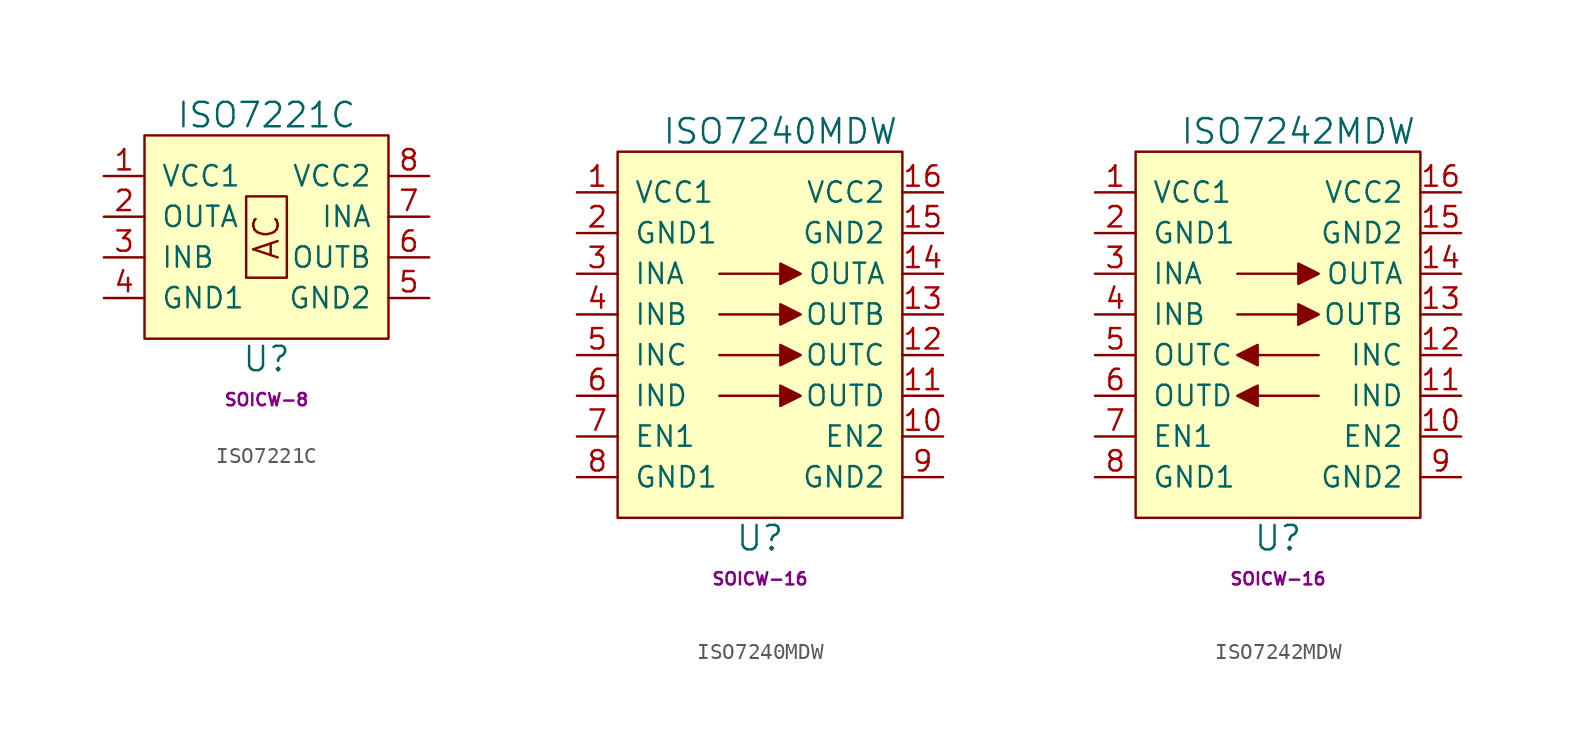
<source format=kicad_sym>
(kicad_symbol_lib
  (version 20220914)
  (generator kicad_symbol_editor)
  (symbol "ISO7221C"
    (pin_names
      (offset 1.016))
    (property "Reference" "U"
      (at 0 -7.62 0)
      (effects (font (size 1.524 1.524))))
    (property "Value" "ISO7221C"
      (at 0 7.62 0)
      (effects (font (size 1.524 1.524))))
    (property "Footprint" "SOICW-8"
      (at 0 -10.16 0)
      (effects (font (size 0.762 0.762))))
    (property "Datasheet" ""
      (at 0 0 0)
      (effects (font (size 1.524 1.524))))
    (symbol "ISO7221C_0_0"
      (text "AC" (at 0 0 900) (effects (font (size 1.524 1.524)))))
    (symbol "ISO7221C_0_1"
      (rectangle (start -7.62 6.35) (end 7.62 -6.35) (stroke (width 0) (type default)) (fill (type background)))
      (rectangle (start -1.27 2.54) (end 1.27 -2.54) (stroke (width 0) (type default)) (fill (type none))))
    (symbol "ISO7221C_1_1"
      (pin bidirectional line (at -10.16 3.81 0) (length 2.54) (name "VCC1" (effects (font (size 1.27 1.27)))) (number "1" (effects (font (size 1.27 1.27)))))
      (pin bidirectional line (at -10.16 1.27 0) (length 2.54) (name "OUTA" (effects (font (size 1.27 1.27)))) (number "2" (effects (font (size 1.27 1.27)))))
      (pin bidirectional line (at -10.16 -1.27 0) (length 2.54) (name "INB" (effects (font (size 1.27 1.27)))) (number "3" (effects (font (size 1.27 1.27)))))
      (pin bidirectional line (at -10.16 -3.81 0) (length 2.54) (name "GND1" (effects (font (size 1.27 1.27)))) (number "4" (effects (font (size 1.27 1.27)))))
      (pin bidirectional line (at 10.16 -3.81 180) (length 2.54) (name "GND2" (effects (font (size 1.27 1.27)))) (number "5" (effects (font (size 1.27 1.27)))))
      (pin bidirectional line (at 10.16 -1.27 180) (length 2.54) (name "OUTB" (effects (font (size 1.27 1.27)))) (number "6" (effects (font (size 1.27 1.27)))))
      (pin bidirectional line (at 10.16 1.27 180) (length 2.54) (name "INA" (effects (font (size 1.27 1.27)))) (number "7" (effects (font (size 1.27 1.27)))))
      (pin bidirectional line (at 10.16 3.81 180) (length 2.54) (name "VCC2" (effects (font (size 1.27 1.27)))) (number "8" (effects (font (size 1.27 1.27)))))))
  (symbol "ISO7240MDW"
    (pin_names
      (offset 1.016))
    (property "Reference" "U"
      (at 0 -12.7 0)
      (effects (font (size 1.524 1.524))))
    (property "Value" "ISO7240MDW"
      (at 1.27 12.7 0)
      (effects (font (size 1.524 1.524))))
    (property "Footprint" "SOICW-16"
      (at 0 -15.24 0)
      (effects (font (size 0.762 0.762))))
    (property "Datasheet" ""
      (at 0 0 0)
      (effects (font (size 1.524 1.524))))
    (symbol "ISO7240MDW_0_1"
      (polyline (pts (xy 1.27 -3.81) (xy -2.54 -3.81) (xy -2.54 -3.81)) (stroke (width 0) (type default)) (fill (type none)))
      (polyline (pts (xy 1.27 -1.27) (xy -2.54 -1.27) (xy -2.54 -1.27)) (stroke (width 0) (type default)) (fill (type none)))
      (polyline (pts (xy 1.27 1.27) (xy -2.54 1.27) (xy -2.54 1.27)) (stroke (width 0) (type default)) (fill (type none)))
      (polyline (pts (xy 1.27 3.81) (xy -2.54 3.81) (xy -2.54 3.81)) (stroke (width 0) (type default)) (fill (type none)))
      (polyline (pts (xy 1.27 3.175) (xy 1.27 3.175) (xy 1.27 3.175) (xy 1.27 3.175)) (stroke (width 0) (type default)) (fill (type none)))
      (polyline (pts (xy 2.54 -1.27) (xy 1.27 -0.635) (xy 1.27 -1.905) (xy 2.54 -1.27) (xy 2.54 -1.27)) (stroke (width 0) (type default)) (fill (type outline)))
      (polyline (pts (xy 2.54 3.81) (xy 1.27 4.445) (xy 1.27 3.175) (xy 2.54 3.81) (xy 2.54 3.81)) (stroke (width 0) (type default)) (fill (type outline)))
      (polyline (pts (xy 1.27 -3.81) (xy 1.27 -3.175) (xy 2.54 -3.81) (xy 1.27 -4.445) (xy 1.27 -3.81) (xy 1.27 -3.81)) (stroke (width 0) (type default)) (fill (type outline)))
      (polyline (pts (xy 1.27 1.27) (xy 1.27 1.905) (xy 2.54 1.27) (xy 1.27 0.635) (xy 1.27 1.27) (xy 1.27 1.27)) (stroke (width 0) (type default)) (fill (type outline)))
      (polyline (pts (xy -8.89 11.43) (xy -8.89 -11.43) (xy 8.89 -11.43) (xy 8.89 11.43) (xy -8.89 11.43) (xy -8.89 11.43) (xy -8.89 11.43)) (stroke (width 0) (type default)) (fill (type background))))
    (symbol "ISO7240MDW_1_1"
      (pin bidirectional line (at -11.43 8.89 0) (length 2.54) (name "VCC1" (effects (font (size 1.27 1.27)))) (number "1" (effects (font (size 1.27 1.27)))))
      (pin bidirectional line (at 11.43 -6.35 180) (length 2.54) (name "EN2" (effects (font (size 1.27 1.27)))) (number "10" (effects (font (size 1.27 1.27)))))
      (pin bidirectional line (at 11.43 -3.81 180) (length 2.54) (name "OUTD" (effects (font (size 1.27 1.27)))) (number "11" (effects (font (size 1.27 1.27)))))
      (pin bidirectional line (at 11.43 -1.27 180) (length 2.54) (name "OUTC" (effects (font (size 1.27 1.27)))) (number "12" (effects (font (size 1.27 1.27)))))
      (pin bidirectional line (at 11.43 1.27 180) (length 2.54) (name "OUTB" (effects (font (size 1.27 1.27)))) (number "13" (effects (font (size 1.27 1.27)))))
      (pin bidirectional line (at 11.43 3.81 180) (length 2.54) (name "OUTA" (effects (font (size 1.27 1.27)))) (number "14" (effects (font (size 1.27 1.27)))))
      (pin bidirectional line (at 11.43 6.35 180) (length 2.54) (name "GND2" (effects (font (size 1.27 1.27)))) (number "15" (effects (font (size 1.27 1.27)))))
      (pin bidirectional line (at 11.43 8.89 180) (length 2.54) (name "VCC2" (effects (font (size 1.27 1.27)))) (number "16" (effects (font (size 1.27 1.27)))))
      (pin bidirectional line (at -11.43 6.35 0) (length 2.54) (name "GND1" (effects (font (size 1.27 1.27)))) (number "2" (effects (font (size 1.27 1.27)))))
      (pin bidirectional line (at -11.43 3.81 0) (length 2.54) (name "INA" (effects (font (size 1.27 1.27)))) (number "3" (effects (font (size 1.27 1.27)))))
      (pin bidirectional line (at -11.43 1.27 0) (length 2.54) (name "INB" (effects (font (size 1.27 1.27)))) (number "4" (effects (font (size 1.27 1.27)))))
      (pin bidirectional line (at -11.43 -1.27 0) (length 2.54) (name "INC" (effects (font (size 1.27 1.27)))) (number "5" (effects (font (size 1.27 1.27)))))
      (pin bidirectional line (at -11.43 -3.81 0) (length 2.54) (name "IND" (effects (font (size 1.27 1.27)))) (number "6" (effects (font (size 1.27 1.27)))))
      (pin bidirectional line (at -11.43 -6.35 0) (length 2.54) (name "EN1" (effects (font (size 1.27 1.27)))) (number "7" (effects (font (size 1.27 1.27)))))
      (pin bidirectional line (at -11.43 -8.89 0) (length 2.54) (name "GND1" (effects (font (size 1.27 1.27)))) (number "8" (effects (font (size 1.27 1.27)))))
      (pin bidirectional line (at 11.43 -8.89 180) (length 2.54) (name "GND2" (effects (font (size 1.27 1.27)))) (number "9" (effects (font (size 1.27 1.27)))))))
  (symbol "ISO7242MDW"
    (pin_names
      (offset 1.016))
    (property "Reference" "U"
      (at 0 -12.7 0)
      (effects (font (size 1.524 1.524))))
    (property "Value" "ISO7242MDW"
      (at 1.27 12.7 0)
      (effects (font (size 1.524 1.524))))
    (property "Footprint" "SOICW-16"
      (at 0 -15.24 0)
      (effects (font (size 0.762 0.762))))
    (property "Datasheet" ""
      (at 0 0 0)
      (effects (font (size 1.524 1.524))))
    (symbol "ISO7242MDW_0_1"
      (polyline (pts (xy -2.54 1.27) (xy 1.27 1.27) (xy 1.27 1.27)) (stroke (width 0) (type default)) (fill (type none)))
      (polyline (pts (xy -2.54 3.81) (xy 1.27 3.81) (xy 1.27 3.81)) (stroke (width 0) (type default)) (fill (type none)))
      (polyline (pts (xy 1.27 1.27) (xy 1.27 0.635) (xy 1.27 0.635)) (stroke (width 0) (type default)) (fill (type none)))
      (polyline (pts (xy 2.54 -3.81) (xy -1.27 -3.81) (xy -1.27 -3.81)) (stroke (width 0) (type default)) (fill (type none)))
      (polyline (pts (xy 2.54 -1.27) (xy -1.27 -1.27) (xy -1.27 -1.27)) (stroke (width 0) (type default)) (fill (type none)))
      (polyline (pts (xy 1.27 1.27) (xy 1.27 1.905) (xy 2.54 1.27) (xy 1.27 0.635) (xy 1.27 0.635)) (stroke (width 0) (type default)) (fill (type outline)))
      (polyline (pts (xy -1.27 -3.81) (xy -1.27 -3.175) (xy -2.54 -3.81) (xy -1.27 -4.445) (xy -1.27 -3.81) (xy -1.27 -3.81)) (stroke (width 0) (type default)) (fill (type outline)))
      (polyline (pts (xy -1.27 -1.27) (xy -1.27 -0.635) (xy -2.54 -1.27) (xy -1.27 -1.905) (xy -1.27 -1.27) (xy -1.27 -1.27)) (stroke (width 0) (type default)) (fill (type outline)))
      (polyline (pts (xy 1.27 3.81) (xy 1.27 4.445) (xy 2.54 3.81) (xy 1.27 3.175) (xy 1.27 3.81) (xy 1.27 3.81)) (stroke (width 0) (type default)) (fill (type outline)))
      (polyline (pts (xy -8.89 11.43) (xy -8.89 -11.43) (xy 8.89 -11.43) (xy 8.89 11.43) (xy -8.89 11.43) (xy -8.89 11.43) (xy -8.89 11.43)) (stroke (width 0) (type default)) (fill (type background))))
    (symbol "ISO7242MDW_1_1"
      (pin bidirectional line (at -11.43 8.89 0) (length 2.54) (name "VCC1" (effects (font (size 1.27 1.27)))) (number "1" (effects (font (size 1.27 1.27)))))
      (pin bidirectional line (at 11.43 -6.35 180) (length 2.54) (name "EN2" (effects (font (size 1.27 1.27)))) (number "10" (effects (font (size 1.27 1.27)))))
      (pin bidirectional line (at 11.43 -3.81 180) (length 2.54) (name "IND" (effects (font (size 1.27 1.27)))) (number "11" (effects (font (size 1.27 1.27)))))
      (pin bidirectional line (at 11.43 -1.27 180) (length 2.54) (name "INC" (effects (font (size 1.27 1.27)))) (number "12" (effects (font (size 1.27 1.27)))))
      (pin bidirectional line (at 11.43 1.27 180) (length 2.54) (name "OUTB" (effects (font (size 1.27 1.27)))) (number "13" (effects (font (size 1.27 1.27)))))
      (pin bidirectional line (at 11.43 3.81 180) (length 2.54) (name "OUTA" (effects (font (size 1.27 1.27)))) (number "14" (effects (font (size 1.27 1.27)))))
      (pin bidirectional line (at 11.43 6.35 180) (length 2.54) (name "GND2" (effects (font (size 1.27 1.27)))) (number "15" (effects (font (size 1.27 1.27)))))
      (pin bidirectional line (at 11.43 8.89 180) (length 2.54) (name "VCC2" (effects (font (size 1.27 1.27)))) (number "16" (effects (font (size 1.27 1.27)))))
      (pin bidirectional line (at -11.43 6.35 0) (length 2.54) (name "GND1" (effects (font (size 1.27 1.27)))) (number "2" (effects (font (size 1.27 1.27)))))
      (pin bidirectional line (at -11.43 3.81 0) (length 2.54) (name "INA" (effects (font (size 1.27 1.27)))) (number "3" (effects (font (size 1.27 1.27)))))
      (pin bidirectional line (at -11.43 1.27 0) (length 2.54) (name "INB" (effects (font (size 1.27 1.27)))) (number "4" (effects (font (size 1.27 1.27)))))
      (pin bidirectional line (at -11.43 -1.27 0) (length 2.54) (name "OUTC" (effects (font (size 1.27 1.27)))) (number "5" (effects (font (size 1.27 1.27)))))
      (pin bidirectional line (at -11.43 -3.81 0) (length 2.54) (name "OUTD" (effects (font (size 1.27 1.27)))) (number "6" (effects (font (size 1.27 1.27)))))
      (pin bidirectional line (at -11.43 -6.35 0) (length 2.54) (name "EN1" (effects (font (size 1.27 1.27)))) (number "7" (effects (font (size 1.27 1.27)))))
      (pin bidirectional line (at -11.43 -8.89 0) (length 2.54) (name "GND1" (effects (font (size 1.27 1.27)))) (number "8" (effects (font (size 1.27 1.27)))))
      (pin bidirectional line (at 11.43 -8.89 180) (length 2.54) (name "GND2" (effects (font (size 1.27 1.27)))) (number "9" (effects (font (size 1.27 1.27))))))))
</source>
